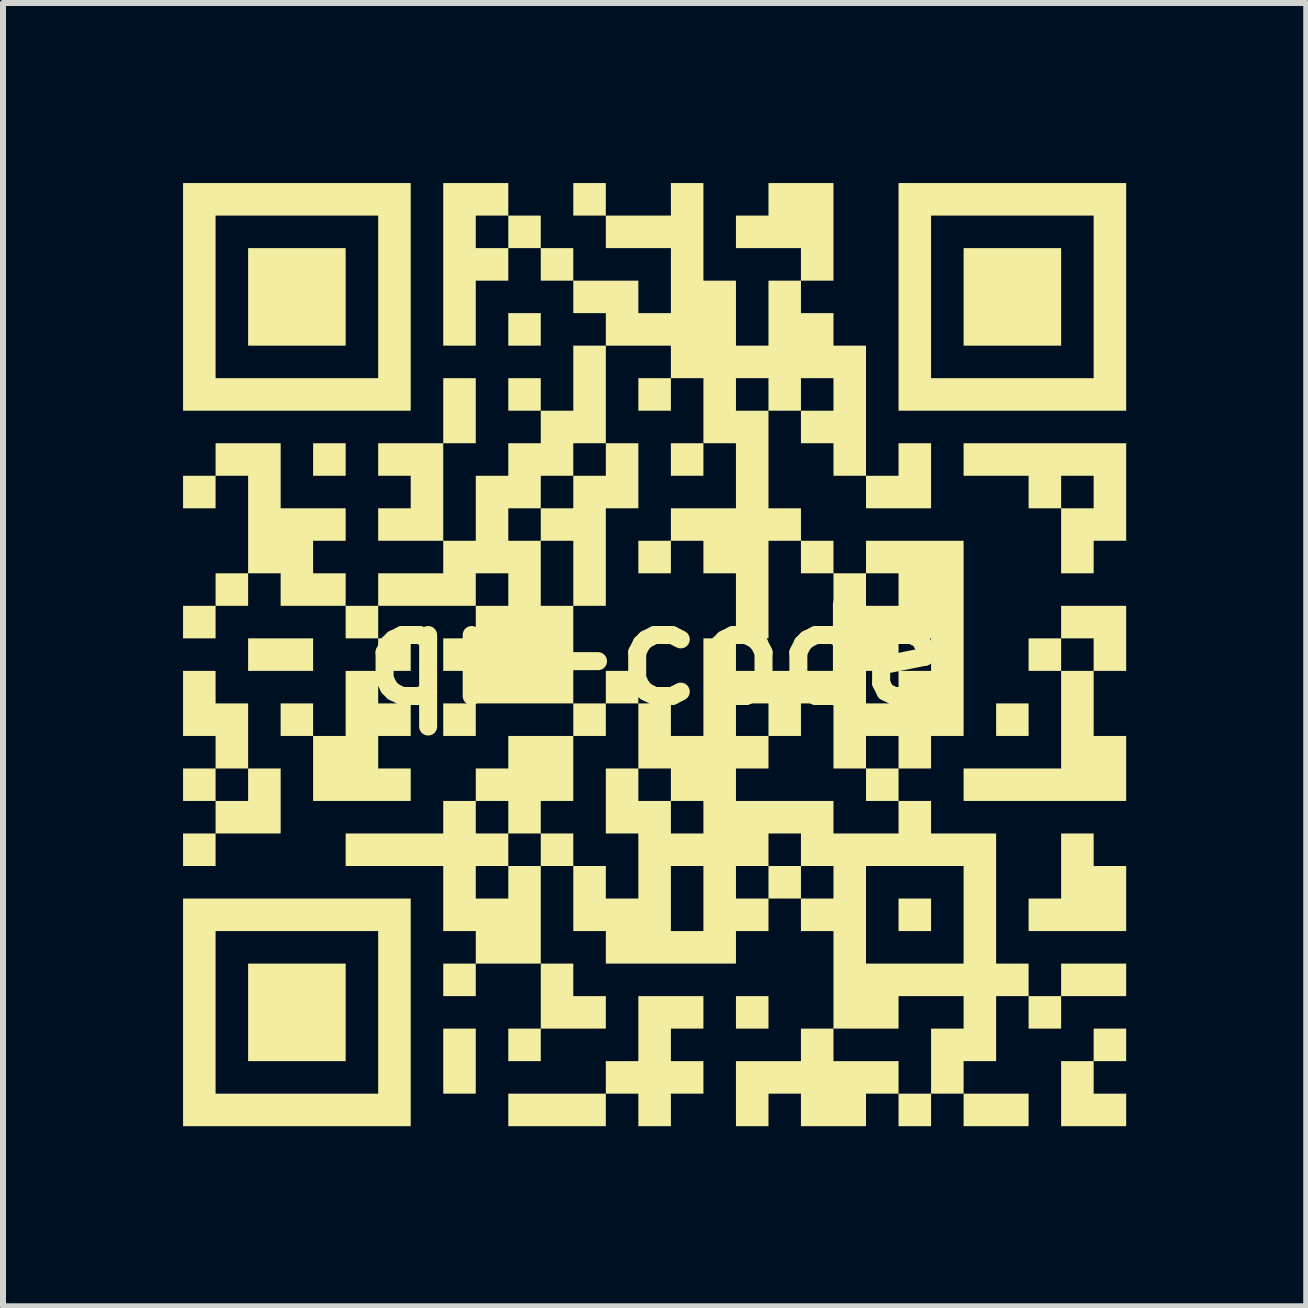
<source format=kicad_pcb>
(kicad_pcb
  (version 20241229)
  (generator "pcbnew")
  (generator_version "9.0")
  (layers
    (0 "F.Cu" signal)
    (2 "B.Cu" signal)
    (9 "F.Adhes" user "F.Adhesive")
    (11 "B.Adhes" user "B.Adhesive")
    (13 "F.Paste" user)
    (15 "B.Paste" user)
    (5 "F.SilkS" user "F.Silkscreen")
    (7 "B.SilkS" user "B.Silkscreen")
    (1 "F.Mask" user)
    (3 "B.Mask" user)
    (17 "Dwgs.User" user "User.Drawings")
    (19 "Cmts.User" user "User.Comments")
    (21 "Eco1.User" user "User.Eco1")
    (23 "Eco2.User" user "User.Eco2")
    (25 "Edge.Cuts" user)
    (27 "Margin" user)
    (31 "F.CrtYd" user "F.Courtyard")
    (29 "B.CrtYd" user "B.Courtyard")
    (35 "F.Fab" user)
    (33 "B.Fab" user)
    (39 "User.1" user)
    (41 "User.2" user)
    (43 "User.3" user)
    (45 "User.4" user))
  (footprint "qr-code"
    (layer "F.Cu")
    (at 7.857 7.857)
    (property "Reference" "qr-code" (at 0 0 0) (layer "F.SilkS") (effects (font (size 1.524 1.524) (thickness 0.3))))
    (attr board_only exclude_from_pos_files exclude_from_bom)
    (fp_poly (pts (xy -7.315 -2.438) (xy -7.857 -2.438) (xy -7.857 -2.98) (xy -7.315 -2.98)) (stroke (width 0) (type solid)) (fill yes) (layer "F.SilkS"))
    (fp_poly (pts (xy -7.315 -0.271) (xy -7.857 -0.271) (xy -7.857 -0.813) (xy -7.315 -0.813)) (stroke (width 0) (type solid)) (fill yes) (layer "F.SilkS"))
    (fp_poly (pts (xy -7.315 3.522) (xy -7.857 3.522) (xy -7.857 2.98) (xy -7.315 2.98)) (stroke (width 0) (type solid)) (fill yes) (layer "F.SilkS"))
    (fp_poly (pts (xy -6.773 -0.813) (xy -7.315 -0.813) (xy -7.315 -1.355) (xy -6.773 -1.355)) (stroke (width 0) (type solid)) (fill yes) (layer "F.SilkS"))
    (fp_poly (pts (xy -5.69 0.271) (xy -6.773 0.271) (xy -6.773 -0.271) (xy -5.69 -0.271)) (stroke (width 0) (type solid)) (fill yes) (layer "F.SilkS"))
    (fp_poly (pts (xy -5.69 1.355) (xy -6.231 1.355) (xy -6.231 0.813) (xy -5.69 0.813)) (stroke (width 0) (type solid)) (fill yes) (layer "F.SilkS"))
    (fp_poly (pts (xy -5.148 -5.148) (xy -6.773 -5.148) (xy -6.773 -6.773) (xy -5.148 -6.773)) (stroke (width 0) (type solid)) (fill yes) (layer "F.SilkS"))
    (fp_poly (pts (xy -5.148 -2.98) (xy -5.69 -2.98) (xy -5.69 -3.522) (xy -5.148 -3.522)) (stroke (width 0) (type solid)) (fill yes) (layer "F.SilkS"))
    (fp_poly (pts (xy -5.148 6.773) (xy -6.773 6.773) (xy -6.773 5.148) (xy -5.148 5.148)) (stroke (width 0) (type solid)) (fill yes) (layer "F.SilkS"))
    (fp_poly (pts (xy -4.606 -0.271) (xy -5.148 -0.271) (xy -5.148 -0.813) (xy -4.606 -0.813)) (stroke (width 0) (type solid)) (fill yes) (layer "F.SilkS"))
    (fp_poly (pts (xy -4.064 0.271) (xy -4.606 0.271) (xy -4.606 -0.271) (xy -4.064 -0.271)) (stroke (width 0) (type solid)) (fill yes) (layer "F.SilkS"))
    (fp_poly (pts (xy -2.98 -3.522) (xy -3.522 -3.522) (xy -3.522 -4.606) (xy -2.98 -4.606)) (stroke (width 0) (type solid)) (fill yes) (layer "F.SilkS"))
    (fp_poly (pts (xy -2.98 1.355) (xy -3.522 1.355) (xy -3.522 0.813) (xy -2.98 0.813)) (stroke (width 0) (type solid)) (fill yes) (layer "F.SilkS"))
    (fp_poly (pts (xy -2.98 5.69) (xy -3.522 5.69) (xy -3.522 5.148) (xy -2.98 5.148)) (stroke (width 0) (type solid)) (fill yes) (layer "F.SilkS"))
    (fp_poly (pts (xy -2.98 7.315) (xy -3.522 7.315) (xy -3.522 6.231) (xy -2.98 6.231)) (stroke (width 0) (type solid)) (fill yes) (layer "F.SilkS"))
    (fp_poly (pts (xy -1.897 -5.148) (xy -2.438 -5.148) (xy -2.438 -5.69) (xy -1.897 -5.69)) (stroke (width 0) (type solid)) (fill yes) (layer "F.SilkS"))
    (fp_poly (pts (xy -1.897 -4.064) (xy -2.438 -4.064) (xy -2.438 -4.606) (xy -1.897 -4.606)) (stroke (width 0) (type solid)) (fill yes) (layer "F.SilkS"))
    (fp_poly (pts (xy -1.897 6.773) (xy -2.438 6.773) (xy -2.438 6.231) (xy -1.897 6.231)) (stroke (width 0) (type solid)) (fill yes) (layer "F.SilkS"))
    (fp_poly (pts (xy -1.355 -6.231) (xy -1.897 -6.231) (xy -1.897 -6.773) (xy -1.355 -6.773)) (stroke (width 0) (type solid)) (fill yes) (layer "F.SilkS"))
    (fp_poly (pts (xy -1.355 3.522) (xy -1.897 3.522) (xy -1.897 2.98) (xy -1.355 2.98)) (stroke (width 0) (type solid)) (fill yes) (layer "F.SilkS"))
    (fp_poly (pts (xy -0.813 -7.315) (xy -1.355 -7.315) (xy -1.355 -7.857) (xy -0.813 -7.857)) (stroke (width 0) (type solid)) (fill yes) (layer "F.SilkS"))
    (fp_poly (pts (xy -0.813 1.355) (xy -1.355 1.355) (xy -1.355 0.813) (xy -0.813 0.813)) (stroke (width 0) (type solid)) (fill yes) (layer "F.SilkS"))
    (fp_poly (pts (xy -0.813 7.857) (xy -2.438 7.857) (xy -2.438 7.315) (xy -0.813 7.315)) (stroke (width 0) (type solid)) (fill yes) (layer "F.SilkS"))
    (fp_poly (pts (xy -0.271 0.813) (xy -0.813 0.813) (xy -0.813 0.271) (xy -0.271 0.271)) (stroke (width 0) (type solid)) (fill yes) (layer "F.SilkS"))
    (fp_poly (pts (xy 0.271 -4.064) (xy -0.271 -4.064) (xy -0.271 -4.606) (xy 0.271 -4.606)) (stroke (width 0) (type solid)) (fill yes) (layer "F.SilkS"))
    (fp_poly (pts (xy 0.271 -1.355) (xy -0.271 -1.355) (xy -0.271 -1.897) (xy 0.271 -1.897)) (stroke (width 0) (type solid)) (fill yes) (layer "F.SilkS"))
    (fp_poly (pts (xy 0.813 -2.98) (xy 0.271 -2.98) (xy 0.271 -3.522) (xy 0.813 -3.522)) (stroke (width 0) (type solid)) (fill yes) (layer "F.SilkS"))
    (fp_poly (pts (xy 1.897 6.231) (xy 1.355 6.231) (xy 1.355 5.69) (xy 1.897 5.69)) (stroke (width 0) (type solid)) (fill yes) (layer "F.SilkS"))
    (fp_poly (pts (xy 4.606 4.606) (xy 4.064 4.606) (xy 4.064 4.064) (xy 4.606 4.064)) (stroke (width 0) (type solid)) (fill yes) (layer "F.SilkS"))
    (fp_poly (pts (xy 6.231 1.355) (xy 5.69 1.355) (xy 5.69 0.813) (xy 6.231 0.813)) (stroke (width 0) (type solid)) (fill yes) (layer "F.SilkS"))
    (fp_poly (pts (xy 6.231 7.857) (xy 5.148 7.857) (xy 5.148 7.315) (xy 6.231 7.315)) (stroke (width 0) (type solid)) (fill yes) (layer "F.SilkS"))
    (fp_poly (pts (xy 6.773 -5.148) (xy 5.148 -5.148) (xy 5.148 -6.773) (xy 6.773 -6.773)) (stroke (width 0) (type solid)) (fill yes) (layer "F.SilkS"))
    (fp_poly (pts (xy 6.773 6.231) (xy 6.231 6.231) (xy 6.231 5.69) (xy 6.773 5.69)) (stroke (width 0) (type solid)) (fill yes) (layer "F.SilkS"))
    (fp_poly (pts (xy 7.857 5.69) (xy 6.773 5.69) (xy 6.773 5.148) (xy 7.857 5.148)) (stroke (width 0) (type solid)) (fill yes) (layer "F.SilkS"))
    (fp_poly (pts (xy 7.857 6.773) (xy 7.315 6.773) (xy 7.315 6.231) (xy 7.857 6.231)) (stroke (width 0) (type solid)) (fill yes) (layer "F.SilkS"))
    (fp_poly (pts (xy -1.355 5.69) (xy -0.813 5.69) (xy -0.813 6.231) (xy -1.897 6.231) (xy -1.897 5.148) (xy -1.355 5.148)) (stroke (width 0) (type solid)) (fill yes) (layer "F.SilkS"))
    (fp_poly (pts (xy 4.606 -2.438) (xy 3.522 -2.438) (xy 3.522 -2.98) (xy 4.064 -2.98) (xy 4.064 -3.522) (xy 4.606 -3.522)) (stroke (width 0) (type solid)) (fill yes) (layer "F.SilkS"))
    (fp_poly (pts (xy 7.315 7.315) (xy 7.857 7.315) (xy 7.857 7.857) (xy 6.773 7.857) (xy 6.773 6.773) (xy 7.315 6.773)) (stroke (width 0) (type solid)) (fill yes) (layer "F.SilkS"))
    (fp_poly (pts (xy -3.522 -1.897) (xy -4.606 -1.897) (xy -4.606 -2.438) (xy -4.064 -2.438) (xy -4.064 -2.98) (xy -4.606 -2.98) (xy -4.606 -3.522) (xy -3.522 -3.522)) (stroke (width 0) (type solid)) (fill yes) (layer "F.SilkS"))
    (fp_poly (pts (xy 2.98 -6.231) (xy 2.438 -6.231) (xy 2.438 -6.773) (xy 1.355 -6.773) (xy 1.355 -7.315) (xy 1.897 -7.315) (xy 1.897 -7.857) (xy 2.98 -7.857)) (stroke (width 0) (type solid)) (fill yes) (layer "F.SilkS"))
    (fp_poly (pts (xy 7.315 3.522) (xy 7.857 3.522) (xy 7.857 4.606) (xy 6.231 4.606) (xy 6.231 4.064) (xy 6.773 4.064) (xy 6.773 2.98) (xy 7.315 2.98)) (stroke (width 0) (type solid)) (fill yes) (layer "F.SilkS"))
    (fp_poly (pts (xy -4.064 -4.064) (xy -7.857 -4.064) (xy -7.857 -4.606) (xy -7.315 -4.606) (xy -4.606 -4.606) (xy -4.606 -7.315) (xy -7.315 -7.315) (xy -7.315 -4.606) (xy -7.857 -4.606) (xy -7.857 -7.857) (xy -4.064 -7.857)) (stroke (width 0) (type solid)) (fill yes) (layer "F.SilkS"))
    (fp_poly (pts (xy -4.064 7.857) (xy -7.857 7.857) (xy -7.857 7.315) (xy -7.315 7.315) (xy -4.606 7.315) (xy -4.606 4.606) (xy -7.315 4.606) (xy -7.315 7.315) (xy -7.857 7.315) (xy -7.857 4.064) (xy -4.064 4.064)) (stroke (width 0) (type solid)) (fill yes) (layer "F.SilkS"))
    (fp_poly (pts (xy 7.857 -4.064) (xy 4.064 -4.064) (xy 4.064 -4.606) (xy 4.606 -4.606) (xy 7.315 -4.606) (xy 7.315 -7.315) (xy 4.606 -7.315) (xy 4.606 -4.606) (xy 4.064 -4.606) (xy 4.064 -7.857) (xy 7.857 -7.857)) (stroke (width 0) (type solid)) (fill yes) (layer "F.SilkS"))
    (fp_poly (pts (xy -4.606 0.813) (xy -4.064 0.813) (xy -4.064 1.355) (xy -4.606 1.355) (xy -4.606 1.897) (xy -4.064 1.897) (xy -4.064 2.438) (xy -5.69 2.438) (xy -5.69 1.355) (xy -5.148 1.355) (xy -5.148 0.271) (xy -4.606 0.271)) (stroke (width 0) (type solid)) (fill yes) (layer "F.SilkS"))
    (fp_poly (pts (xy -0.271 -2.438) (xy -0.813 -2.438) (xy -0.813 -0.813) (xy -1.355 -0.813) (xy -1.355 -1.897) (xy -1.897 -1.897) (xy -1.897 -2.438) (xy -1.355 -2.438) (xy -1.355 -2.98) (xy -0.813 -2.98) (xy -0.813 -3.522) (xy -0.271 -3.522)) (stroke (width 0) (type solid)) (fill yes) (layer "F.SilkS"))
    (fp_poly (pts (xy -7.315 -3.522) (xy -6.231 -3.522) (xy -6.231 -2.438) (xy -5.148 -2.438) (xy -5.148 -1.897) (xy -5.69 -1.897) (xy -5.69 -1.355) (xy -5.148 -1.355) (xy -5.148 -0.813) (xy -6.231 -0.813) (xy -6.231 -1.355) (xy -6.773 -1.355) (xy -6.773 -2.98) (xy -7.315 -2.98)) (stroke (width 0) (type solid)) (fill yes) (layer "F.SilkS"))
    (fp_poly (pts (xy -0.813 6.773) (xy -0.271 6.773) (xy -0.271 5.69) (xy 0.813 5.69) (xy 0.813 6.231) (xy 0.271 6.231) (xy 0.271 6.773) (xy 0.813 6.773) (xy 0.813 7.315) (xy 0.271 7.315) (xy 0.271 7.857) (xy -0.271 7.857) (xy -0.271 7.315) (xy -0.813 7.315)) (stroke (width 0) (type solid)) (fill yes) (layer "F.SilkS"))
    (fp_poly (pts (xy 7.857 -1.897) (xy 7.315 -1.897) (xy 7.315 -1.355) (xy 6.773 -1.355) (xy 6.773 -2.438) (xy 7.315 -2.438) (xy 7.315 -2.98) (xy 6.773 -2.98) (xy 6.773 -2.438) (xy 6.231 -2.438) (xy 6.231 -2.98) (xy 5.148 -2.98) (xy 5.148 -3.522) (xy 7.857 -3.522)) (stroke (width 0) (type solid)) (fill yes) (layer "F.SilkS"))
    (fp_poly (pts (xy -1.897 -7.315) (xy -1.897 -6.773) (xy -2.438 -6.773) (xy -2.438 -6.231) (xy -2.98 -6.231) (xy -2.98 -5.148) (xy -3.522 -5.148) (xy -3.522 -6.773) (xy -2.98 -6.773) (xy -2.438 -6.773) (xy -2.438 -7.315) (xy -2.98 -7.315) (xy -2.98 -6.773) (xy -3.522 -6.773) (xy -3.522 -7.857) (xy -2.438 -7.857) (xy -2.438 -7.315)) (stroke (width 0) (type solid)) (fill yes) (layer "F.SilkS"))
    (fp_poly (pts (xy -6.231 1.897) (xy -6.231 2.98) (xy -7.315 2.98) (xy -7.315 2.438) (xy -6.773 2.438) (xy -6.773 1.897) (xy -7.315 1.897) (xy -7.315 2.438) (xy -7.857 2.438) (xy -7.857 1.897) (xy -7.315 1.897) (xy -7.315 1.355) (xy -7.857 1.355) (xy -7.857 0.271) (xy -7.315 0.271) (xy -7.315 0.813) (xy -6.773 0.813) (xy -6.773 1.897)) (stroke (width 0) (type solid)) (fill yes) (layer "F.SilkS"))
    (fp_poly (pts (xy 7.857 0.271) (xy 7.315 0.271) (xy 7.315 1.355) (xy 7.857 1.355) (xy 7.857 2.438) (xy 5.148 2.438) (xy 5.148 1.897) (xy 6.773 1.897) (xy 6.773 0.271) (xy 7.315 0.271) (xy 7.315 -0.271) (xy 6.773 -0.271) (xy 6.773 0.271) (xy 6.231 0.271) (xy 6.231 -0.271) (xy 6.773 -0.271) (xy 6.773 -0.813) (xy 7.857 -0.813)) (stroke (width 0) (type solid)) (fill yes) (layer "F.SilkS"))
    (fp_poly (pts (xy -1.897 3.522) (xy -1.897 5.148) (xy -2.98 5.148) (xy -2.98 4.606) (xy -3.522 4.606) (xy -3.522 4.064) (xy -2.98 4.064) (xy -2.438 4.064) (xy -2.438 3.522) (xy -2.98 3.522) (xy -2.98 4.064) (xy -3.522 4.064) (xy -3.522 3.522) (xy -5.148 3.522) (xy -5.148 2.98) (xy -3.522 2.98) (xy -2.98 2.98) (xy -2.438 2.98) (xy -2.438 2.438) (xy -2.98 2.438) (xy -2.98 2.98) (xy -3.522 2.98) (xy -3.522 2.438) (xy -2.98 2.438) (xy -2.98 1.897) (xy -2.438 1.897) (xy -2.438 1.355) (xy -1.355 1.355) (xy -1.355 2.438) (xy -1.897 2.438) (xy -1.897 2.98) (xy -2.438 2.98) (xy -2.438 3.522)) (stroke (width 0) (type solid)) (fill yes) (layer "F.SilkS"))
    (fp_poly (pts (xy -4.606 -1.355) (xy -3.522 -1.355) (xy -3.522 -1.897) (xy -2.98 -1.897) (xy -2.98 -2.98) (xy -2.438 -2.98) (xy -2.438 -3.522) (xy -1.897 -3.522) (xy -1.897 -4.064) (xy -1.355 -4.064) (xy -1.355 -5.148) (xy -0.813 -5.148) (xy -0.813 -3.522) (xy -1.355 -3.522) (xy -1.355 -2.98) (xy -1.897 -2.98) (xy -1.897 -2.438) (xy -2.438 -2.438) (xy -2.438 -1.897) (xy -1.897 -1.897) (xy -1.897 -0.813) (xy -1.355 -0.813) (xy -1.355 0.813) (xy -2.98 0.813) (xy -2.98 0.271) (xy -3.522 0.271) (xy -3.522 -0.271) (xy -2.98 -0.271) (xy -2.98 -0.813) (xy -2.438 -0.813) (xy -2.438 -1.355) (xy -2.98 -1.355) (xy -2.98 -0.813) (xy -4.606 -0.813)) (stroke (width 0) (type solid)) (fill yes) (layer "F.SilkS"))
    (fp_poly (pts (xy -0.813 -5.69) (xy -1.355 -5.69) (xy -1.355 -6.231) (xy -0.271 -6.231) (xy -0.271 -5.69) (xy 0.271 -5.69) (xy 0.271 -6.773) (xy -0.813 -6.773) (xy -0.813 -7.315) (xy 0.271 -7.315) (xy 0.271 -7.857) (xy 0.813 -7.857) (xy 0.813 -6.231) (xy 1.355 -6.231) (xy 1.355 -5.148) (xy 1.897 -5.148) (xy 1.897 -6.231) (xy 2.438 -6.231) (xy 2.438 -5.69) (xy 2.98 -5.69) (xy 2.98 -5.148) (xy 3.522 -5.148) (xy 3.522 -2.98) (xy 2.98 -2.98) (xy 2.98 -3.522) (xy 2.438 -3.522) (xy 2.438 -4.064) (xy 2.98 -4.064) (xy 2.98 -4.606) (xy 2.438 -4.606) (xy 2.438 -4.064) (xy 1.897 -4.064) (xy 1.897 -2.438) (xy 2.438 -2.438) (xy 2.438 -1.897) (xy 2.98 -1.897) (xy 2.98 -1.355) (xy 3.522 -1.355) (xy 3.522 -1.897) (xy 5.148 -1.897) (xy 5.148 1.355) (xy 4.606 1.355) (xy 4.606 1.897) (xy 4.064 1.897) (xy 4.064 2.438) (xy 4.606 2.438) (xy 4.606 2.98) (xy 5.69 2.98) (xy 5.69 5.148) (xy 6.231 5.148) (xy 6.231 5.69) (xy 5.69 5.69) (xy 5.69 6.773) (xy 5.148 6.773) (xy 5.148 7.315) (xy 4.606 7.315) (xy 4.606 7.857) (xy 4.064 7.857) (xy 4.064 7.315) (xy 3.522 7.315) (xy 3.522 7.857) (xy 2.438 7.857) (xy 2.438 7.315) (xy 1.897 7.315) (xy 1.897 7.857) (xy 1.355 7.857) (xy 1.355 6.773) (xy 2.438 6.773) (xy 2.98 6.773) (xy 4.064 6.773) (xy 4.064 7.315) (xy 4.606 7.315) (xy 4.606 6.231) (xy 5.148 6.231) (xy 5.148 5.69) (xy 4.064 5.69) (xy 4.064 6.231) (xy 2.98 6.231) (xy 2.98 6.773) (xy 2.438 6.773) (xy 2.438 6.231) (xy 2.98 6.231) (xy 2.98 5.148) (xy 3.522 5.148) (xy 5.148 5.148) (xy 5.148 3.522) (xy 3.522 3.522) (xy 3.522 5.148) (xy 2.98 5.148) (xy 2.98 4.606) (xy 2.438 4.606) (xy 2.438 4.064) (xy 2.98 4.064) (xy 2.98 3.522) (xy 2.438 3.522) (xy 2.438 4.064) (xy 1.897 4.064) (xy 1.897 4.606) (xy 1.355 4.606) (xy 1.355 5.148) (xy -0.813 5.148) (xy -0.813 4.606) (xy 0.271 4.606) (xy 0.813 4.606) (xy 0.813 4.064) (xy 1.355 4.064) (xy 1.897 4.064) (xy 1.897 3.522) (xy 2.438 3.522) (xy 2.438 2.98) (xy 1.897 2.98) (xy 1.897 3.522) (xy 1.355 3.522) (xy 1.355 4.064) (xy 0.813 4.064) (xy 0.813 3.522) (xy 0.271 3.522) (xy 0.271 4.606) (xy -0.813 4.606) (xy -1.355 4.606) (xy -1.355 3.522) (xy -0.813 3.522) (xy -0.813 4.064) (xy -0.271 4.064) (xy -0.271 2.98) (xy 0.271 2.98) (xy 0.813 2.98) (xy 0.813 2.438) (xy 1.355 2.438) (xy 2.98 2.438) (xy 2.98 2.98) (xy 4.064 2.98) (xy 4.064 2.438) (xy 3.522 2.438) (xy 3.522 1.897) (xy 4.064 1.897) (xy 4.064 1.355) (xy 3.522 1.355) (xy 3.522 1.897) (xy 2.98 1.897) (xy 2.98 0.813) (xy 3.522 0.813) (xy 4.064 0.813) (xy 4.064 0.271) (xy 4.606 0.271) (xy 4.606 -0.271) (xy 4.064 -0.271) (xy 4.064 0.271) (xy 3.522 0.271) (xy 3.522 0.813) (xy 2.98 0.813) (xy 2.438 0.813) (xy 2.438 1.355) (xy 1.897 1.355) (xy 1.897 1.897) (xy 1.355 1.897) (xy 1.355 2.438) (xy 0.813 2.438) (xy 0.271 2.438) (xy 0.271 2.98) (xy -0.271 2.98) (xy -0.813 2.98) (xy -0.813 2.438) (xy -0.271 2.438) (xy 0.271 2.438) (xy 0.271 1.897) (xy -0.271 1.897) (xy -0.271 2.438) (xy -0.813 2.438) (xy -0.813 1.897) (xy -0.271 1.897) (xy -0.271 0.813) (xy 0.271 0.813) (xy 0.271 1.355) (xy 0.813 1.355) (xy 1.355 1.355) (xy 1.897 1.355) (xy 1.897 0.813) (xy 1.355 0.813) (xy 1.355 1.355) (xy 0.813 1.355) (xy 0.813 0.271) (xy 1.355 0.271) (xy 2.98 0.271) (xy 2.98 -0.813) (xy 3.522 -0.813) (xy 4.064 -0.813) (xy 4.064 -1.355) (xy 3.522 -1.355) (xy 3.522 -0.813) (xy 2.98 -0.813) (xy 2.98 -1.355) (xy 2.438 -1.355) (xy 2.438 -1.897) (xy 1.897 -1.897) (xy 1.897 -0.271) (xy 1.355 -0.271) (xy 1.355 0.271) (xy 0.813 0.271) (xy 0.813 -0.271) (xy 1.355 -0.271) (xy 1.355 -1.355) (xy 0.813 -1.355) (xy 0.813 -1.897) (xy 0.271 -1.897) (xy 0.271 -2.438) (xy 1.355 -2.438) (xy 1.355 -3.522) (xy 0.813 -3.522) (xy 0.813 -4.064) (xy 1.355 -4.064) (xy 1.897 -4.064) (xy 1.897 -4.606) (xy 1.355 -4.606) (xy 1.355 -4.064) (xy 0.813 -4.064) (xy 0.813 -4.606) (xy 0.271 -4.606) (xy 0.271 -5.148) (xy -0.813 -5.148)) (stroke (width 0) (type solid)) (fill yes) (layer "F.SilkS")))
  (gr_rect
    (start -3 -3)
    (end 18.714 18.714)
    (stroke (width 0.1) (type default))
    (fill no)
    (layer "Edge.Cuts")))
</source>
